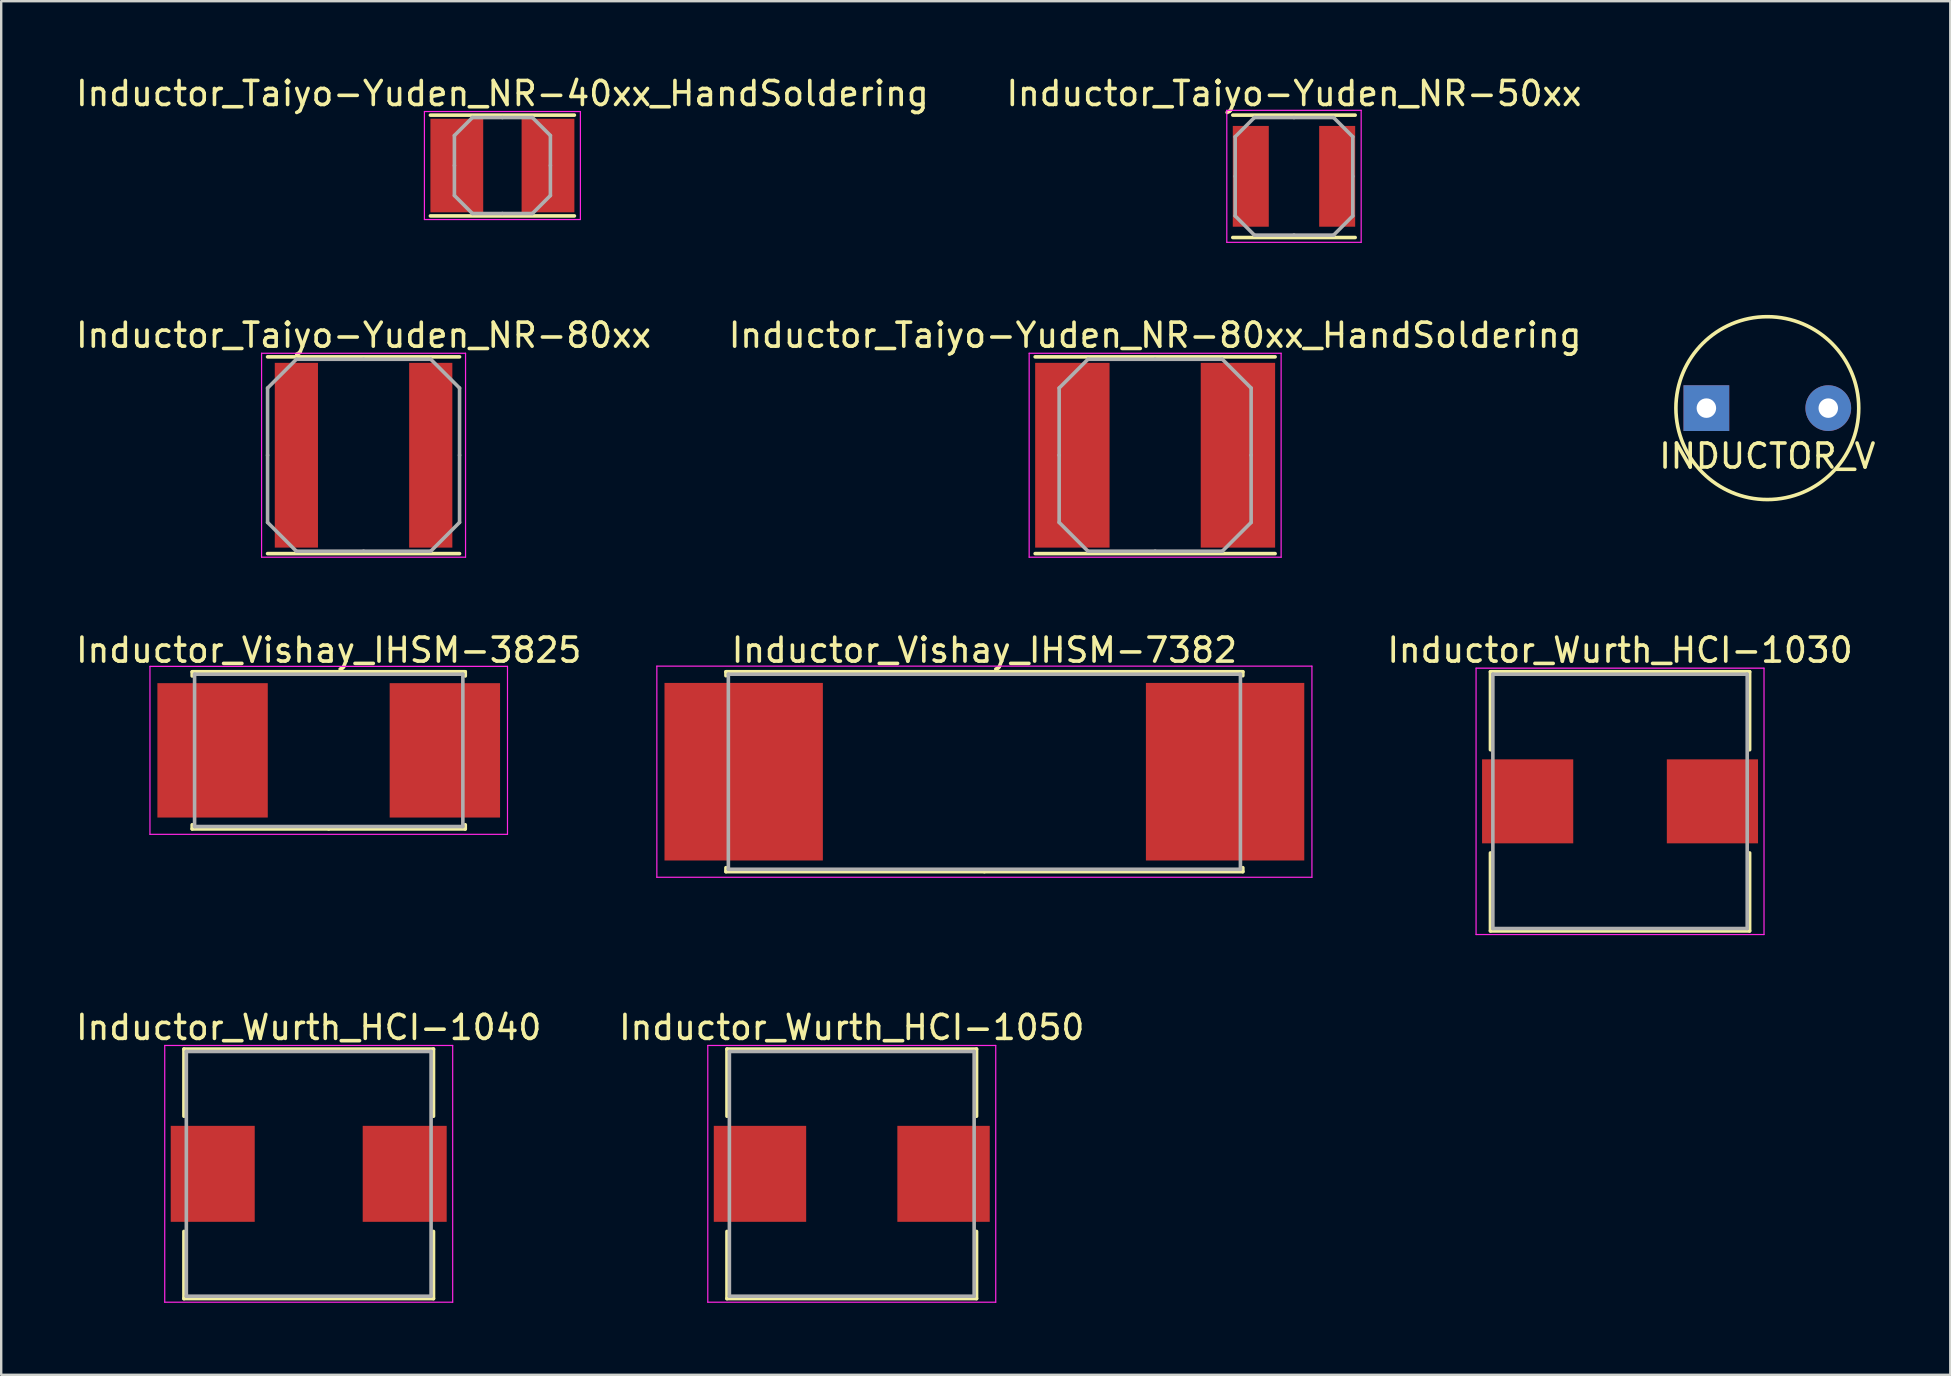
<source format=kicad_pcb>
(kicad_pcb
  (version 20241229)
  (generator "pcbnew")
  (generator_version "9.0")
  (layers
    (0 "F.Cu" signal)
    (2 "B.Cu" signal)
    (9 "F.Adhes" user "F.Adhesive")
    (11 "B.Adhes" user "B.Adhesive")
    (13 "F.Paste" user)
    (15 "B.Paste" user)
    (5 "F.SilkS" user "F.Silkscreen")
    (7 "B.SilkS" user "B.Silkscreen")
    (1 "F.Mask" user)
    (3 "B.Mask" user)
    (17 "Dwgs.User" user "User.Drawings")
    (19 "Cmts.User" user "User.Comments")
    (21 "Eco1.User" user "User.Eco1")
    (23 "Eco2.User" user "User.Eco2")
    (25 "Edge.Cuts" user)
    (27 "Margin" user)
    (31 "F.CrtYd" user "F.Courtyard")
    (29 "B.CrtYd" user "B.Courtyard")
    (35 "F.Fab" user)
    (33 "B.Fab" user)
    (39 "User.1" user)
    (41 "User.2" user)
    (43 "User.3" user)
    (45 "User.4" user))
  (footprint "Inductor_Taiyo-Yuden_NR-80xx_HandSoldering"
    (layer "F.Cu")
    (at 45.089 15.921)
    (property "Reference" "Inductor_Taiyo-Yuden_NR-80xx_HandSoldering" (at 0 -5 0) (layer "F.SilkS") (effects (font (size 1 1) (thickness 0.15))))
    (attr smd)
    (fp_line (start -5 -4.1) (end 5 -4.1) (stroke (width 0.15) (type solid)) (layer "F.SilkS"))
    (fp_line (start -5 4.1) (end 5 4.1) (stroke (width 0.15) (type solid)) (layer "F.SilkS"))
    (fp_line (start -5.25 -4.25) (end -5.25 4.25) (stroke (width 0.05) (type solid)) (layer "F.CrtYd"))
    (fp_line (start -5.25 4.25) (end 5.25 4.25) (stroke (width 0.05) (type solid)) (layer "F.CrtYd"))
    (fp_line (start 5.25 -4.25) (end -5.25 -4.25) (stroke (width 0.05) (type solid)) (layer "F.CrtYd"))
    (fp_line (start 5.25 4.25) (end 5.25 -4.25) (stroke (width 0.05) (type solid)) (layer "F.CrtYd"))
    (fp_line (start -4 -2.8) (end -2.8 -4) (stroke (width 0.15) (type solid)) (layer "F.Fab"))
    (fp_line (start -4 0) (end -4 -2.8) (stroke (width 0.15) (type solid)) (layer "F.Fab"))
    (fp_line (start -4 0) (end -4 2.8) (stroke (width 0.15) (type solid)) (layer "F.Fab"))
    (fp_line (start -4 2.8) (end -2.8 4) (stroke (width 0.15) (type solid)) (layer "F.Fab"))
    (fp_line (start -2.8 -4) (end 0 -4) (stroke (width 0.15) (type solid)) (layer "F.Fab"))
    (fp_line (start -2.8 4) (end 0 4) (stroke (width 0.15) (type solid)) (layer "F.Fab"))
    (fp_line (start 2.8 -4) (end 0 -4) (stroke (width 0.15) (type solid)) (layer "F.Fab"))
    (fp_line (start 2.8 4) (end 0 4) (stroke (width 0.15) (type solid)) (layer "F.Fab"))
    (fp_line (start 4 -2.8) (end 2.8 -4) (stroke (width 0.15) (type solid)) (layer "F.Fab"))
    (fp_line (start 4 0) (end 4 -2.8) (stroke (width 0.15) (type solid)) (layer "F.Fab"))
    (fp_line (start 4 0) (end 4 2.8) (stroke (width 0.15) (type solid)) (layer "F.Fab"))
    (fp_line (start 4 2.8) (end 2.8 4) (stroke (width 0.15) (type solid)) (layer "F.Fab"))
    (pad "1" smd rect (at -3.45 0) (size 3.1 7.7) (layers "F.Cu" "F.Mask" "F.Paste"))
    (pad "2" smd rect (at 3.45 0) (size 3.1 7.7) (layers "F.Cu" "F.Mask" "F.Paste")))
  (footprint "Inductor_Wurth_HCI-1040"
    (layer "F.Cu")
    (at 9.815 45.868)
    (property "Reference" "Inductor_Wurth_HCI-1040" (at 0 -6.1 0) (layer "F.SilkS") (effects (font (size 1 1) (thickness 0.15))))
    (attr smd)
    (fp_line (start -5.2 -5.2) (end 5.2 -5.2) (stroke (width 0.15) (type solid)) (layer "F.SilkS"))
    (fp_line (start -5.2 -2.4) (end -5.2 -5.2) (stroke (width 0.15) (type solid)) (layer "F.SilkS"))
    (fp_line (start -5.2 2.4) (end -5.2 5.2) (stroke (width 0.15) (type solid)) (layer "F.SilkS"))
    (fp_line (start -5.2 5.2) (end 5.2 5.2) (stroke (width 0.15) (type solid)) (layer "F.SilkS"))
    (fp_line (start 5.2 -5.2) (end 5.2 -2.4) (stroke (width 0.15) (type solid)) (layer "F.SilkS"))
    (fp_line (start 5.2 5.2) (end 5.2 2.4) (stroke (width 0.15) (type solid)) (layer "F.SilkS"))
    (fp_line (start -6 -5.35) (end -6 5.35) (stroke (width 0.05) (type solid)) (layer "F.CrtYd"))
    (fp_line (start -6 5.35) (end 6 5.35) (stroke (width 0.05) (type solid)) (layer "F.CrtYd"))
    (fp_line (start 6 -5.35) (end -6 -5.35) (stroke (width 0.05) (type solid)) (layer "F.CrtYd"))
    (fp_line (start 6 5.35) (end 6 -5.35) (stroke (width 0.05) (type solid)) (layer "F.CrtYd"))
    (fp_line (start -5.1 -5.1) (end -5.1 5.1) (stroke (width 0.15) (type solid)) (layer "F.Fab"))
    (fp_line (start -5.1 5.1) (end 5.1 5.1) (stroke (width 0.15) (type solid)) (layer "F.Fab"))
    (fp_line (start 5.1 -5.1) (end -5.1 -5.1) (stroke (width 0.15) (type solid)) (layer "F.Fab"))
    (fp_line (start 5.1 5.1) (end 5.1 -5.1) (stroke (width 0.15) (type solid)) (layer "F.Fab"))
    (pad "1" smd rect (at -4 0) (size 3.5 4) (layers "F.Cu" "F.Mask" "F.Paste"))
    (pad "2" smd rect (at 4 0) (size 3.5 4) (layers "F.Cu" "F.Mask" "F.Paste")))
  (footprint "Inductor_Vishay_IHSM-7382"
    (layer "F.Cu")
    (at 37.973 29.11)
    (property "Reference" "Inductor_Vishay_IHSM-7382" (at 0 -5.065 0) (layer "F.SilkS") (effects (font (size 1 1) (thickness 0.15))))
    (attr smd)
    (fp_line (start -10.77 -4.165) (end 0 -4.165) (stroke (width 0.15) (type solid)) (layer "F.SilkS"))
    (fp_line (start -10.77 -4) (end -10.77 -4.165) (stroke (width 0.15) (type solid)) (layer "F.SilkS"))
    (fp_line (start -10.77 4) (end -10.77 4.165) (stroke (width 0.15) (type solid)) (layer "F.SilkS"))
    (fp_line (start -10.77 4.165) (end 0 4.165) (stroke (width 0.15) (type solid)) (layer "F.SilkS"))
    (fp_line (start 10.77 -4.165) (end 0 -4.165) (stroke (width 0.15) (type solid)) (layer "F.SilkS"))
    (fp_line (start 10.77 -4) (end 10.77 -4.165) (stroke (width 0.15) (type solid)) (layer "F.SilkS"))
    (fp_line (start 10.77 4) (end 10.77 4.165) (stroke (width 0.15) (type solid)) (layer "F.SilkS"))
    (fp_line (start 10.77 4.165) (end 0 4.165) (stroke (width 0.15) (type solid)) (layer "F.SilkS"))
    (fp_line (start -13.65 -4.4) (end -13.65 4.4) (stroke (width 0.05) (type solid)) (layer "F.CrtYd"))
    (fp_line (start -13.65 4.4) (end 13.65 4.4) (stroke (width 0.05) (type solid)) (layer "F.CrtYd"))
    (fp_line (start 13.65 -4.4) (end -13.65 -4.4) (stroke (width 0.05) (type solid)) (layer "F.CrtYd"))
    (fp_line (start 13.65 4.4) (end 13.65 -4.4) (stroke (width 0.05) (type solid)) (layer "F.CrtYd"))
    (fp_line (start -10.67 -4.065) (end -10.67 4.065) (stroke (width 0.15) (type solid)) (layer "F.Fab"))
    (fp_line (start -10.67 4.065) (end 10.67 4.065) (stroke (width 0.15) (type solid)) (layer "F.Fab"))
    (fp_line (start 10.67 -4.065) (end -10.67 -4.065) (stroke (width 0.15) (type solid)) (layer "F.Fab"))
    (fp_line (start 10.67 4.065) (end 10.67 -4.065) (stroke (width 0.15) (type solid)) (layer "F.Fab"))
    (pad "1" smd rect (at -10.031 0) (size 6.6 7.4) (layers "F.Cu" "F.Mask" "F.Paste"))
    (pad "2" smd rect (at 10.031 0) (size 6.6 7.4) (layers "F.Cu" "F.Mask" "F.Paste")))
  (footprint "Inductor_Taiyo-Yuden_NR-80xx"
    (layer "F.Cu")
    (at 12.101 15.921)
    (property "Reference" "Inductor_Taiyo-Yuden_NR-80xx" (at 0 -5 0) (layer "F.SilkS") (effects (font (size 1 1) (thickness 0.15))))
    (attr smd)
    (fp_line (start -4 -4.1) (end 4 -4.1) (stroke (width 0.15) (type solid)) (layer "F.SilkS"))
    (fp_line (start -4 4.1) (end 4 4.1) (stroke (width 0.15) (type solid)) (layer "F.SilkS"))
    (fp_line (start -4.25 -4.25) (end -4.25 4.25) (stroke (width 0.05) (type solid)) (layer "F.CrtYd"))
    (fp_line (start -4.25 4.25) (end 4.25 4.25) (stroke (width 0.05) (type solid)) (layer "F.CrtYd"))
    (fp_line (start 4.25 -4.25) (end -4.25 -4.25) (stroke (width 0.05) (type solid)) (layer "F.CrtYd"))
    (fp_line (start 4.25 4.25) (end 4.25 -4.25) (stroke (width 0.05) (type solid)) (layer "F.CrtYd"))
    (fp_line (start -4 -2.8) (end -2.8 -4) (stroke (width 0.15) (type solid)) (layer "F.Fab"))
    (fp_line (start -4 0) (end -4 -2.8) (stroke (width 0.15) (type solid)) (layer "F.Fab"))
    (fp_line (start -4 0) (end -4 2.8) (stroke (width 0.15) (type solid)) (layer "F.Fab"))
    (fp_line (start -4 2.8) (end -2.8 4) (stroke (width 0.15) (type solid)) (layer "F.Fab"))
    (fp_line (start -2.8 -4) (end 0 -4) (stroke (width 0.15) (type solid)) (layer "F.Fab"))
    (fp_line (start -2.8 4) (end 0 4) (stroke (width 0.15) (type solid)) (layer "F.Fab"))
    (fp_line (start 2.8 -4) (end 0 -4) (stroke (width 0.15) (type solid)) (layer "F.Fab"))
    (fp_line (start 2.8 4) (end 0 4) (stroke (width 0.15) (type solid)) (layer "F.Fab"))
    (fp_line (start 4 -2.8) (end 2.8 -4) (stroke (width 0.15) (type solid)) (layer "F.Fab"))
    (fp_line (start 4 0) (end 4 -2.8) (stroke (width 0.15) (type solid)) (layer "F.Fab"))
    (fp_line (start 4 0) (end 4 2.8) (stroke (width 0.15) (type solid)) (layer "F.Fab"))
    (fp_line (start 4 2.8) (end 2.8 4) (stroke (width 0.15) (type solid)) (layer "F.Fab"))
    (pad "1" smd rect (at -2.8 0) (size 1.8 7.7) (layers "F.Cu" "F.Mask" "F.Paste"))
    (pad "2" smd rect (at 2.8 0) (size 1.8 7.7) (layers "F.Cu" "F.Mask" "F.Paste")))
  (footprint "Inductor_Wurth_HCI-1050"
    (layer "F.Cu")
    (at 32.446 45.868)
    (property "Reference" "Inductor_Wurth_HCI-1050" (at 0 -6.1 0) (layer "F.SilkS") (effects (font (size 1 1) (thickness 0.15))))
    (attr smd)
    (fp_line (start -5.2 -5.2) (end 5.2 -5.2) (stroke (width 0.15) (type solid)) (layer "F.SilkS"))
    (fp_line (start -5.2 -2.4) (end -5.2 -5.2) (stroke (width 0.15) (type solid)) (layer "F.SilkS"))
    (fp_line (start -5.2 2.4) (end -5.2 5.2) (stroke (width 0.15) (type solid)) (layer "F.SilkS"))
    (fp_line (start -5.2 5.2) (end 5.2 5.2) (stroke (width 0.15) (type solid)) (layer "F.SilkS"))
    (fp_line (start 5.2 -5.2) (end 5.2 -2.4) (stroke (width 0.15) (type solid)) (layer "F.SilkS"))
    (fp_line (start 5.2 5.2) (end 5.2 2.4) (stroke (width 0.15) (type solid)) (layer "F.SilkS"))
    (fp_line (start -6 -5.35) (end -6 5.35) (stroke (width 0.05) (type solid)) (layer "F.CrtYd"))
    (fp_line (start -6 5.35) (end 6 5.35) (stroke (width 0.05) (type solid)) (layer "F.CrtYd"))
    (fp_line (start 6 -5.35) (end -6 -5.35) (stroke (width 0.05) (type solid)) (layer "F.CrtYd"))
    (fp_line (start 6 5.35) (end 6 -5.35) (stroke (width 0.05) (type solid)) (layer "F.CrtYd"))
    (fp_line (start -5.1 -5.1) (end -5.1 5.1) (stroke (width 0.15) (type solid)) (layer "F.Fab"))
    (fp_line (start -5.1 5.1) (end 5.1 5.1) (stroke (width 0.15) (type solid)) (layer "F.Fab"))
    (fp_line (start 5.1 -5.1) (end -5.1 -5.1) (stroke (width 0.15) (type solid)) (layer "F.Fab"))
    (fp_line (start 5.1 5.1) (end 5.1 -5.1) (stroke (width 0.15) (type solid)) (layer "F.Fab"))
    (pad "1" smd rect (at -3.825 0) (size 3.85 4) (layers "F.Cu" "F.Mask" "F.Paste"))
    (pad "2" smd rect (at 3.825 0) (size 3.85 4) (layers "F.Cu" "F.Mask" "F.Paste")))
  (footprint "Inductor_Wurth_HCI-1030"
    (layer "F.Cu")
    (at 64.463 30.345)
    (property "Reference" "Inductor_Wurth_HCI-1030" (at 0 -6.3 0) (layer "F.SilkS") (effects (font (size 1 1) (thickness 0.15))))
    (attr smd)
    (fp_line (start -5.4 -5.4) (end 5.4 -5.4) (stroke (width 0.15) (type solid)) (layer "F.SilkS"))
    (fp_line (start -5.4 -2.15) (end -5.4 -5.4) (stroke (width 0.15) (type solid)) (layer "F.SilkS"))
    (fp_line (start -5.4 2.15) (end -5.4 5.4) (stroke (width 0.15) (type solid)) (layer "F.SilkS"))
    (fp_line (start -5.4 5.4) (end 5.4 5.4) (stroke (width 0.15) (type solid)) (layer "F.SilkS"))
    (fp_line (start 5.4 -5.4) (end 5.4 -2.15) (stroke (width 0.15) (type solid)) (layer "F.SilkS"))
    (fp_line (start 5.4 5.4) (end 5.4 2.15) (stroke (width 0.15) (type solid)) (layer "F.SilkS"))
    (fp_line (start -6 -5.55) (end -6 5.55) (stroke (width 0.05) (type solid)) (layer "F.CrtYd"))
    (fp_line (start -6 5.55) (end 6 5.55) (stroke (width 0.05) (type solid)) (layer "F.CrtYd"))
    (fp_line (start 6 -5.55) (end -6 -5.55) (stroke (width 0.05) (type solid)) (layer "F.CrtYd"))
    (fp_line (start 6 5.55) (end 6 -5.55) (stroke (width 0.05) (type solid)) (layer "F.CrtYd"))
    (fp_line (start -5.3 -5.3) (end -5.3 5.3) (stroke (width 0.15) (type solid)) (layer "F.Fab"))
    (fp_line (start -5.3 5.3) (end 5.3 5.3) (stroke (width 0.15) (type solid)) (layer "F.Fab"))
    (fp_line (start 5.3 -5.3) (end -5.3 -5.3) (stroke (width 0.15) (type solid)) (layer "F.Fab"))
    (fp_line (start 5.3 5.3) (end 5.3 -5.3) (stroke (width 0.15) (type solid)) (layer "F.Fab"))
    (pad "1" smd rect (at -3.85 0) (size 3.8 3.5) (layers "F.Cu" "F.Mask" "F.Paste"))
    (pad "2" smd rect (at 3.85 0) (size 3.8 3.5) (layers "F.Cu" "F.Mask" "F.Paste")))
  (footprint "Inductor_Vishay_IHSM-3825"
    (layer "F.Cu")
    (at 10.649 28.22)
    (property "Reference" "Inductor_Vishay_IHSM-3825" (at 0 -4.175 0) (layer "F.SilkS") (effects (font (size 1 1) (thickness 0.15))))
    (attr smd)
    (fp_line (start -5.69 -3.275) (end 0 -3.275) (stroke (width 0.15) (type solid)) (layer "F.SilkS"))
    (fp_line (start -5.69 -3.1) (end -5.69 -3.275) (stroke (width 0.15) (type solid)) (layer "F.SilkS"))
    (fp_line (start -5.69 3.1) (end -5.69 3.275) (stroke (width 0.15) (type solid)) (layer "F.SilkS"))
    (fp_line (start -5.69 3.275) (end 0 3.275) (stroke (width 0.15) (type solid)) (layer "F.SilkS"))
    (fp_line (start 5.69 -3.275) (end 0 -3.275) (stroke (width 0.15) (type solid)) (layer "F.SilkS"))
    (fp_line (start 5.69 -3.1) (end 5.69 -3.275) (stroke (width 0.15) (type solid)) (layer "F.SilkS"))
    (fp_line (start 5.69 3.1) (end 5.69 3.275) (stroke (width 0.15) (type solid)) (layer "F.SilkS"))
    (fp_line (start 5.69 3.275) (end 0 3.275) (stroke (width 0.15) (type solid)) (layer "F.SilkS"))
    (fp_line (start -7.45 -3.5) (end -7.45 3.5) (stroke (width 0.05) (type solid)) (layer "F.CrtYd"))
    (fp_line (start -7.45 3.5) (end 7.45 3.5) (stroke (width 0.05) (type solid)) (layer "F.CrtYd"))
    (fp_line (start 7.45 -3.5) (end -7.45 -3.5) (stroke (width 0.05) (type solid)) (layer "F.CrtYd"))
    (fp_line (start 7.45 3.5) (end 7.45 -3.5) (stroke (width 0.05) (type solid)) (layer "F.CrtYd"))
    (fp_line (start -5.59 -3.175) (end -5.59 3.175) (stroke (width 0.15) (type solid)) (layer "F.Fab"))
    (fp_line (start -5.59 3.175) (end 5.59 3.175) (stroke (width 0.15) (type solid)) (layer "F.Fab"))
    (fp_line (start 5.59 -3.175) (end -5.59 -3.175) (stroke (width 0.15) (type solid)) (layer "F.Fab"))
    (fp_line (start 5.59 3.175) (end 5.59 -3.175) (stroke (width 0.15) (type solid)) (layer "F.Fab"))
    (pad "1" smd rect (at -4.84 0) (size 4.6 5.6) (layers "F.Cu" "F.Mask" "F.Paste"))
    (pad "2" smd rect (at 4.84 0) (size 4.6 5.6) (layers "F.Cu" "F.Mask" "F.Paste")))
  (footprint "INDUCTOR_V"
    (layer "F.Cu")
    (at 70.601 13.958)
    (property "Reference" "INDUCTOR_V" (at 0 1.999 0) (layer "F.SilkS") (effects (font (size 1 1) (thickness 0.15))))
    (attr through_hole)
    (fp_circle (center 0 0) (end 3.81 0) (stroke (width 0.15) (type solid)) (fill no) (layer "F.SilkS"))
    (pad "1" thru_hole rect (at -2.54 0) (size 1.905 1.905) (drill 0.813) (layers "*.Cu" "*.Mask"))
    (pad "2" thru_hole circle (at 2.54 0) (size 1.905 1.905) (drill 0.813) (layers "*.Cu" "*.Mask")))
  (footprint "Inductor_Taiyo-Yuden_NR-50xx"
    (layer "F.Cu")
    (at 50.875 4.298)
    (property "Reference" "Inductor_Taiyo-Yuden_NR-50xx" (at 0 -3.45 0) (layer "F.SilkS") (effects (font (size 1 1) (thickness 0.15))))
    (attr smd)
    (fp_line (start -2.55 -2.55) (end 2.55 -2.55) (stroke (width 0.15) (type solid)) (layer "F.SilkS"))
    (fp_line (start -2.55 2.55) (end 2.55 2.55) (stroke (width 0.15) (type solid)) (layer "F.SilkS"))
    (fp_line (start -2.8 -2.75) (end -2.8 2.75) (stroke (width 0.05) (type solid)) (layer "F.CrtYd"))
    (fp_line (start -2.8 2.75) (end 2.8 2.75) (stroke (width 0.05) (type solid)) (layer "F.CrtYd"))
    (fp_line (start 2.8 -2.75) (end -2.8 -2.75) (stroke (width 0.05) (type solid)) (layer "F.CrtYd"))
    (fp_line (start 2.8 2.75) (end 2.8 -2.75) (stroke (width 0.05) (type solid)) (layer "F.CrtYd"))
    (fp_line (start -2.45 -1.65) (end -1.65 -2.45) (stroke (width 0.15) (type solid)) (layer "F.Fab"))
    (fp_line (start -2.45 0) (end -2.45 -1.65) (stroke (width 0.15) (type solid)) (layer "F.Fab"))
    (fp_line (start -2.45 0) (end -2.45 1.65) (stroke (width 0.15) (type solid)) (layer "F.Fab"))
    (fp_line (start -2.45 1.65) (end -1.65 2.45) (stroke (width 0.15) (type solid)) (layer "F.Fab"))
    (fp_line (start -1.65 -2.45) (end 0 -2.45) (stroke (width 0.15) (type solid)) (layer "F.Fab"))
    (fp_line (start -1.65 2.45) (end 0 2.45) (stroke (width 0.15) (type solid)) (layer "F.Fab"))
    (fp_line (start 1.65 -2.45) (end 0 -2.45) (stroke (width 0.15) (type solid)) (layer "F.Fab"))
    (fp_line (start 1.65 2.45) (end 0 2.45) (stroke (width 0.15) (type solid)) (layer "F.Fab"))
    (fp_line (start 2.45 -1.65) (end 1.65 -2.45) (stroke (width 0.15) (type solid)) (layer "F.Fab"))
    (fp_line (start 2.45 0) (end 2.45 -1.65) (stroke (width 0.15) (type solid)) (layer "F.Fab"))
    (fp_line (start 2.45 0) (end 2.45 1.65) (stroke (width 0.15) (type solid)) (layer "F.Fab"))
    (fp_line (start 2.45 1.65) (end 1.65 2.45) (stroke (width 0.15) (type solid)) (layer "F.Fab"))
    (pad "1" smd rect (at -1.8 0) (size 1.5 4.2) (layers "F.Cu" "F.Mask" "F.Paste"))
    (pad "2" smd rect (at 1.8 0) (size 1.5 4.2) (layers "F.Cu" "F.Mask" "F.Paste")))
  (footprint "Inductor_Taiyo-Yuden_NR-40xx_HandSoldering"
    (layer "F.Cu")
    (at 17.887 3.848)
    (property "Reference" "Inductor_Taiyo-Yuden_NR-40xx_HandSoldering" (at 0 -3 0) (layer "F.SilkS") (effects (font (size 1 1) (thickness 0.15))))
    (attr smd)
    (fp_line (start -3 -2.1) (end 3 -2.1) (stroke (width 0.15) (type solid)) (layer "F.SilkS"))
    (fp_line (start -3 2.1) (end 3 2.1) (stroke (width 0.15) (type solid)) (layer "F.SilkS"))
    (fp_line (start -3.25 -2.25) (end -3.25 2.25) (stroke (width 0.05) (type solid)) (layer "F.CrtYd"))
    (fp_line (start -3.25 2.25) (end 3.25 2.25) (stroke (width 0.05) (type solid)) (layer "F.CrtYd"))
    (fp_line (start 3.25 -2.25) (end -3.25 -2.25) (stroke (width 0.05) (type solid)) (layer "F.CrtYd"))
    (fp_line (start 3.25 2.25) (end 3.25 -2.25) (stroke (width 0.05) (type solid)) (layer "F.CrtYd"))
    (fp_line (start -2 -1.25) (end -1.25 -2) (stroke (width 0.15) (type solid)) (layer "F.Fab"))
    (fp_line (start -2 0) (end -2 -1.25) (stroke (width 0.15) (type solid)) (layer "F.Fab"))
    (fp_line (start -2 0) (end -2 1.25) (stroke (width 0.15) (type solid)) (layer "F.Fab"))
    (fp_line (start -2 1.25) (end -1.25 2) (stroke (width 0.15) (type solid)) (layer "F.Fab"))
    (fp_line (start -1.25 -2) (end 0 -2) (stroke (width 0.15) (type solid)) (layer "F.Fab"))
    (fp_line (start -1.25 2) (end 0 2) (stroke (width 0.15) (type solid)) (layer "F.Fab"))
    (fp_line (start 1.25 -2) (end 0 -2) (stroke (width 0.15) (type solid)) (layer "F.Fab"))
    (fp_line (start 1.25 2) (end 0 2) (stroke (width 0.15) (type solid)) (layer "F.Fab"))
    (fp_line (start 2 -1.25) (end 1.25 -2) (stroke (width 0.15) (type solid)) (layer "F.Fab"))
    (fp_line (start 2 0) (end 2 -1.25) (stroke (width 0.15) (type solid)) (layer "F.Fab"))
    (fp_line (start 2 0) (end 2 1.25) (stroke (width 0.15) (type solid)) (layer "F.Fab"))
    (fp_line (start 2 1.25) (end 1.25 2) (stroke (width 0.15) (type solid)) (layer "F.Fab"))
    (pad "1" smd rect (at -1.9 0) (size 2.2 3.9) (layers "F.Cu" "F.Mask" "F.Paste"))
    (pad "2" smd rect (at 1.9 0) (size 2.2 3.9) (layers "F.Cu" "F.Mask" "F.Paste")))
  (gr_rect
    (start -3 -3)
    (end 78.226 54.243)
    (stroke (width 0.1) (type default))
    (fill no)
    (layer "Edge.Cuts")))
</source>
